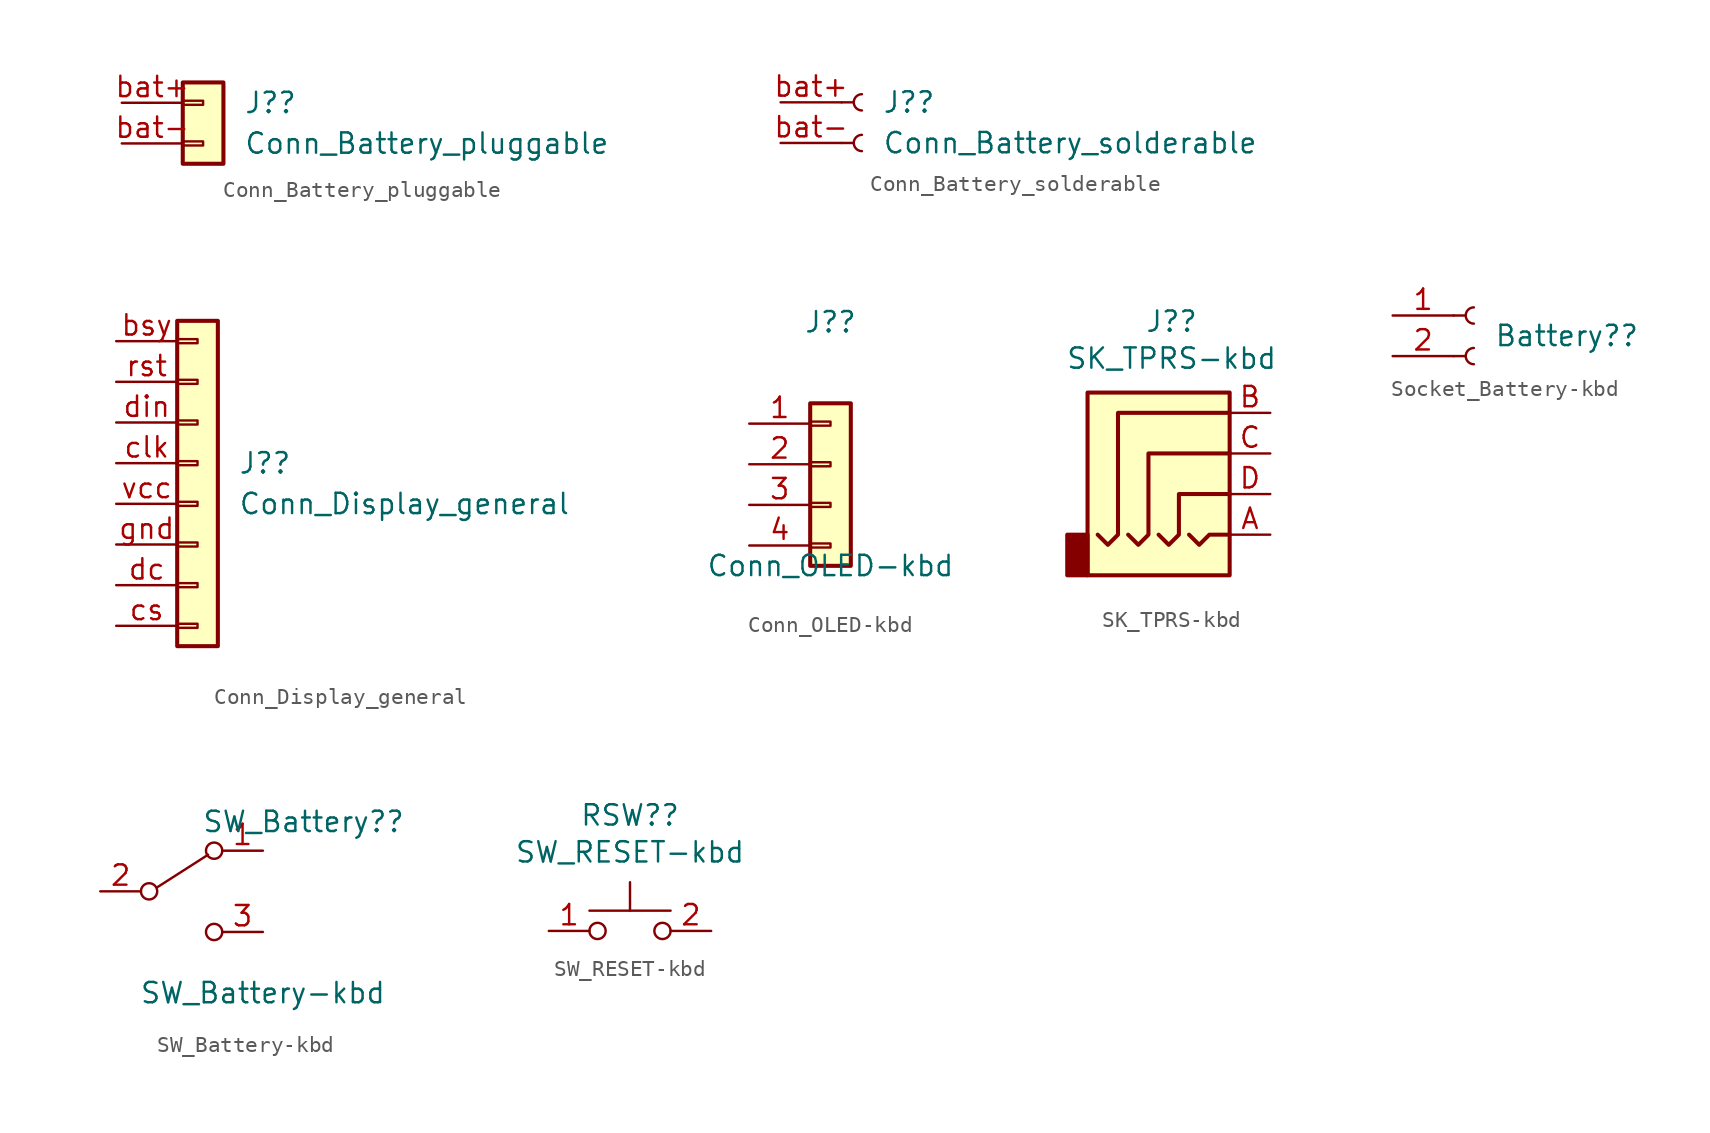
<source format=kicad_sym>
(kicad_symbol_lib
  (version 20211014)
  (generator kicad_symbol_editor)
  (symbol "Conn_Battery_pluggable"
    (pin_names
      (offset 1.016) hide)
    (property "Reference" "J?"
      (at 2.54 0.0001 0)
      (effects (font (size 1.27 1.27)) (justify left)))
    (property "Value" "Conn_Battery_pluggable"
      (at 2.54 -2.54 0)
      (effects (font (size 1.27 1.27)) (justify left)))
    (symbol "Conn_Battery_pluggable_1_1"
      (rectangle (start -1.27 -2.413) (end 0 -2.667) (stroke (width 0.152) (type default) (color 0 0 0 0)) (fill (type none)))
      (rectangle (start -1.27 0.127) (end 0 -0.127) (stroke (width 0.152) (type default) (color 0 0 0 0)) (fill (type none)))
      (rectangle (start -1.27 1.27) (end 1.27 -3.81) (stroke (width 0.254) (type default) (color 0 0 0 0)) (fill (type background)))
      (pin passive line (at -5.08 0 0) (length 3.81) (name "Bat+" (effects (font (size 1.27 1.27)))) (number "bat+" (effects (font (size 1.27 1.27)))))
      (pin passive line (at -5.08 -2.54 0) (length 3.81) (name "Bat-" (effects (font (size 1.27 1.27)))) (number "bat-" (effects (font (size 1.27 1.27)))))))
  (symbol "Conn_Battery_solderable"
    (pin_names
      (offset 1.016) hide)
    (property "Reference" "J?"
      (at 1.27 0.0001 0)
      (effects (font (size 1.27 1.27)) (justify left)))
    (property "Value" "Conn_Battery_solderable"
      (at 1.27 -2.54 0)
      (effects (font (size 1.27 1.27)) (justify left)))
    (symbol "Conn_Battery_solderable_1_1"
      (arc (start 0 -2.032) (mid -0.508 -2.54) (end 0 -3.048) (stroke (width 0.1524) (type default) (color 0 0 0 0)) (fill (type none)))
      (polyline (pts (xy -1.27 -2.54) (xy -0.508 -2.54)) (stroke (width 0.152) (type default) (color 0 0 0 0)) (fill (type none)))
      (polyline (pts (xy -1.27 0) (xy -0.508 0)) (stroke (width 0.152) (type default) (color 0 0 0 0)) (fill (type none)))
      (arc (start 0 0.508) (mid -0.508 0) (end 0 -0.508) (stroke (width 0.1524) (type default) (color 0 0 0 0)) (fill (type none)))
      (pin passive line (at -5.08 0 0) (length 3.81) (name "Bat+" (effects (font (size 1.27 1.27)))) (number "bat+" (effects (font (size 1.27 1.27)))))
      (pin passive line (at -5.08 -2.54 0) (length 3.81) (name "Bat-" (effects (font (size 1.27 1.27)))) (number "bat-" (effects (font (size 1.27 1.27)))))))
  (symbol "Conn_Display_general"
    (pin_names
      (offset 1.016) hide)
    (property "Reference" "J?"
      (at 2.54 0.0001 0)
      (effects (font (size 1.27 1.27)) (justify left)))
    (property "Value" "Conn_Display_general"
      (at 2.54 -2.54 0)
      (effects (font (size 1.27 1.27)) (justify left)))
    (symbol "Conn_Display_general_1_1"
      (rectangle (start -1.27 -10.033) (end 0 -10.287) (stroke (width 0.152) (type default) (color 0 0 0 0)) (fill (type none)))
      (rectangle (start -1.27 -7.493) (end 0 -7.747) (stroke (width 0.152) (type default) (color 0 0 0 0)) (fill (type none)))
      (rectangle (start -1.27 -4.953) (end 0 -5.207) (stroke (width 0.152) (type default) (color 0 0 0 0)) (fill (type none)))
      (rectangle (start -1.27 -2.413) (end 0 -2.667) (stroke (width 0.152) (type default) (color 0 0 0 0)) (fill (type none)))
      (rectangle (start -1.27 0.127) (end 0 -0.127) (stroke (width 0.152) (type default) (color 0 0 0 0)) (fill (type none)))
      (rectangle (start -1.27 2.667) (end 0 2.413) (stroke (width 0.152) (type default) (color 0 0 0 0)) (fill (type none)))
      (rectangle (start -1.27 5.207) (end 0 4.953) (stroke (width 0.152) (type default) (color 0 0 0 0)) (fill (type none)))
      (rectangle (start -1.27 7.747) (end 0 7.493) (stroke (width 0.152) (type default) (color 0 0 0 0)) (fill (type none)))
      (rectangle (start -1.27 8.89) (end 1.27 -11.43) (stroke (width 0.254) (type default) (color 0 0 0 0)) (fill (type background)))
      (pin passive line (at -5.08 7.62 0) (length 3.81) (name "BSY" (effects (font (size 1.27 1.27)))) (number "bsy" (effects (font (size 1.27 1.27)))))
      (pin passive line (at -5.08 0 0) (length 3.81) (name "CLK" (effects (font (size 1.27 1.27)))) (number "clk" (effects (font (size 1.27 1.27)))))
      (pin passive line (at -5.08 -10.16 0) (length 3.81) (name "CS" (effects (font (size 1.27 1.27)))) (number "cs" (effects (font (size 1.27 1.27)))))
      (pin passive line (at -5.08 -7.62 0) (length 3.81) (name "DC" (effects (font (size 1.27 1.27)))) (number "dc" (effects (font (size 1.27 1.27)))))
      (pin passive line (at -5.08 2.54 0) (length 3.81) (name "DIN" (effects (font (size 1.27 1.27)))) (number "din" (effects (font (size 1.27 1.27)))))
      (pin passive line (at -5.08 -5.08 0) (length 3.81) (name "GND" (effects (font (size 1.27 1.27)))) (number "gnd" (effects (font (size 1.27 1.27)))))
      (pin passive line (at -5.08 5.08 0) (length 3.81) (name "RST" (effects (font (size 1.27 1.27)))) (number "rst" (effects (font (size 1.27 1.27)))))
      (pin passive line (at -5.08 -2.54 0) (length 3.81) (name "VCC" (effects (font (size 1.27 1.27)))) (number "vcc" (effects (font (size 1.27 1.27)))))))
  (symbol "Conn_OLED-kbd"
    (pin_names
      (offset 1.016) hide)
    (property "Reference" "J?"
      (at 0 8.89 0)
      (effects (font (size 1.27 1.27))))
    (property "Value" "Conn_OLED-kbd"
      (at 0 -6.35 0)
      (effects (font (size 1.27 1.27))))
    (symbol "Conn_OLED-kbd_1_1"
      (rectangle (start -1.27 -4.953) (end 0 -5.207) (stroke (width 0.152) (type default) (color 0 0 0 0)) (fill (type none)))
      (rectangle (start -1.27 -2.413) (end 0 -2.667) (stroke (width 0.152) (type default) (color 0 0 0 0)) (fill (type none)))
      (rectangle (start -1.27 0.127) (end 0 -0.127) (stroke (width 0.152) (type default) (color 0 0 0 0)) (fill (type none)))
      (rectangle (start -1.27 2.667) (end 0 2.413) (stroke (width 0.152) (type default) (color 0 0 0 0)) (fill (type none)))
      (rectangle (start -1.27 3.81) (end 1.27 -6.35) (stroke (width 0.254) (type default) (color 0 0 0 0)) (fill (type background)))
      (pin passive line (at -5.08 2.54 0) (length 3.81) (name "Pin_1" (effects (font (size 1.27 1.27)))) (number "1" (effects (font (size 1.27 1.27)))))
      (pin passive line (at -5.08 0 0) (length 3.81) (name "Pin_2" (effects (font (size 1.27 1.27)))) (number "2" (effects (font (size 1.27 1.27)))))
      (pin passive line (at -5.08 -2.54 0) (length 3.81) (name "Pin_3" (effects (font (size 1.27 1.27)))) (number "3" (effects (font (size 1.27 1.27)))))
      (pin passive line (at -5.08 -5.08 0) (length 3.81) (name "Pin_4" (effects (font (size 1.27 1.27)))) (number "4" (effects (font (size 1.27 1.27)))))))
  (symbol "SK_TPRS-kbd"
    (property "Reference" "J?"
      (at -1.092 8.255 0)
      (effects (font (size 1.27 1.27))))
    (property "Value" "SK_TPRS-kbd"
      (at -1.092 5.944 0)
      (effects (font (size 1.27 1.27))))
    (symbol "SK_TPRS-kbd_0_1"
      (rectangle (start -6.35 -5.08) (end -7.62 -7.62) (stroke (width 0.254) (type default) (color 0 0 0 0)) (fill (type outline)))
      (polyline (pts (xy 0 -5.08) (xy 0.635 -5.715) (xy 1.27 -5.08) (xy 2.54 -5.08)) (stroke (width 0.254) (type default) (color 0 0 0 0)) (fill (type none)))
      (polyline (pts (xy -5.715 -5.08) (xy -5.08 -5.715) (xy -4.445 -5.08) (xy -4.445 2.54) (xy 2.54 2.54)) (stroke (width 0.254) (type default) (color 0 0 0 0)) (fill (type none)))
      (polyline (pts (xy -1.905 -5.08) (xy -1.27 -5.715) (xy -0.635 -5.08) (xy -0.635 -2.54) (xy 2.54 -2.54)) (stroke (width 0.254) (type default) (color 0 0 0 0)) (fill (type none)))
      (polyline (pts (xy 2.54 0) (xy -2.54 0) (xy -2.54 -5.08) (xy -3.175 -5.715) (xy -3.81 -5.08)) (stroke (width 0.254) (type default) (color 0 0 0 0)) (fill (type none)))
      (rectangle (start 2.54 3.81) (end -6.35 -7.62) (stroke (width 0.254) (type default) (color 0 0 0 0)) (fill (type background))))
    (symbol "SK_TPRS-kbd_1_1"
      (pin passive line (at 5.08 -5.08 180) (length 2.54) (name "~" (effects (font (size 1.27 1.27)))) (number "A" (effects (font (size 1.27 1.27)))))
      (pin passive line (at 5.08 2.54 180) (length 2.54) (name "~" (effects (font (size 1.27 1.27)))) (number "B" (effects (font (size 1.27 1.27)))))
      (pin passive line (at 5.08 0 180) (length 2.54) (name "~" (effects (font (size 1.27 1.27)))) (number "C" (effects (font (size 1.27 1.27)))))
      (pin passive line (at 5.08 -2.54 180) (length 2.54) (name "~" (effects (font (size 1.27 1.27)))) (number "D" (effects (font (size 1.27 1.27)))))))
  (symbol "Socket_Battery-kbd"
    (pin_names
      (offset 1.016) hide)
    (property "Reference" "Battery?"
      (at 1.27 -1.27 0)
      (effects (font (size 1.27 1.27)) (justify left)))
    (symbol "Socket_Battery-kbd_1_1"
      (arc (start 0 -2.032) (mid -0.508 -2.54) (end 0 -3.048) (stroke (width 0.1524) (type default) (color 0 0 0 0)) (fill (type none)))
      (polyline (pts (xy -1.27 -2.54) (xy -0.508 -2.54)) (stroke (width 0.152) (type default) (color 0 0 0 0)) (fill (type none)))
      (polyline (pts (xy -1.27 0) (xy -0.508 0)) (stroke (width 0.152) (type default) (color 0 0 0 0)) (fill (type none)))
      (arc (start 0 0.508) (mid -0.508 0) (end 0 -0.508) (stroke (width 0.1524) (type default) (color 0 0 0 0)) (fill (type none)))
      (pin passive line (at -5.08 0 0) (length 3.81) (name "Pin_1" (effects (font (size 1.27 1.27)))) (number "1" (effects (font (size 1.27 1.27)))))
      (pin passive line (at -5.08 -2.54 0) (length 3.81) (name "Pin_2" (effects (font (size 1.27 1.27)))) (number "2" (effects (font (size 1.27 1.27)))))))
  (symbol "SW_Battery-kbd"
    (pin_names
      (offset 0) hide)
    (property "Reference" "SW_Battery?"
      (at 7.62 4.348 0)
      (effects (font (size 1.27 1.27))))
    (property "Value" "SW_Battery-kbd"
      (at 5.08 -6.35 0)
      (effects (font (size 1.27 1.27))))
    (symbol "SW_Battery-kbd_0_0"
      (circle (center -2.032 0) (radius 0.508) (stroke (width 0) (type default) (color 0 0 0 0)) (fill (type none)))
      (circle (center 2.032 -2.54) (radius 0.508) (stroke (width 0) (type default) (color 0 0 0 0)) (fill (type none))))
    (symbol "SW_Battery-kbd_0_1"
      (polyline (pts (xy -1.524 0.254) (xy 1.651 2.286)) (stroke (width 0) (type default) (color 0 0 0 0)) (fill (type none)))
      (circle (center 2.032 2.54) (radius 0.508) (stroke (width 0) (type default) (color 0 0 0 0)) (fill (type none))))
    (symbol "SW_Battery-kbd_1_1"
      (pin passive line (at 5.08 2.54 180) (length 2.54) (name "A" (effects (font (size 1.27 1.27)))) (number "1" (effects (font (size 1.27 1.27)))))
      (pin passive line (at -5.08 0 0) (length 2.54) (name "B" (effects (font (size 1.27 1.27)))) (number "2" (effects (font (size 1.27 1.27)))))
      (pin passive line (at 5.08 -2.54 180) (length 2.54) (name "C" (effects (font (size 1.27 1.27)))) (number "3" (effects (font (size 1.27 1.27)))))))
  (symbol "SW_RESET-kbd"
    (pin_names
      (offset 1.016) hide)
    (property "Reference" "RSW?"
      (at 0 7.239 0)
      (effects (font (size 1.27 1.27))))
    (property "Value" "SW_RESET-kbd"
      (at 0 4.928 0)
      (effects (font (size 1.27 1.27))))
    (symbol "SW_RESET-kbd_0_1"
      (circle (center -2.032 0) (radius 0.508) (stroke (width 0) (type default) (color 0 0 0 0)) (fill (type none)))
      (polyline (pts (xy 0 1.27) (xy 0 3.048)) (stroke (width 0) (type default) (color 0 0 0 0)) (fill (type none)))
      (polyline (pts (xy 2.54 1.27) (xy -2.54 1.27)) (stroke (width 0) (type default) (color 0 0 0 0)) (fill (type none)))
      (circle (center 2.032 0) (radius 0.508) (stroke (width 0) (type default) (color 0 0 0 0)) (fill (type none)))
      (pin passive line (at -5.08 0 0) (length 2.54) (name "1" (effects (font (size 1.27 1.27)))) (number "1" (effects (font (size 1.27 1.27)))))
      (pin passive line (at 5.08 0 180) (length 2.54) (name "2" (effects (font (size 1.27 1.27)))) (number "2" (effects (font (size 1.27 1.27))))))))
</source>
